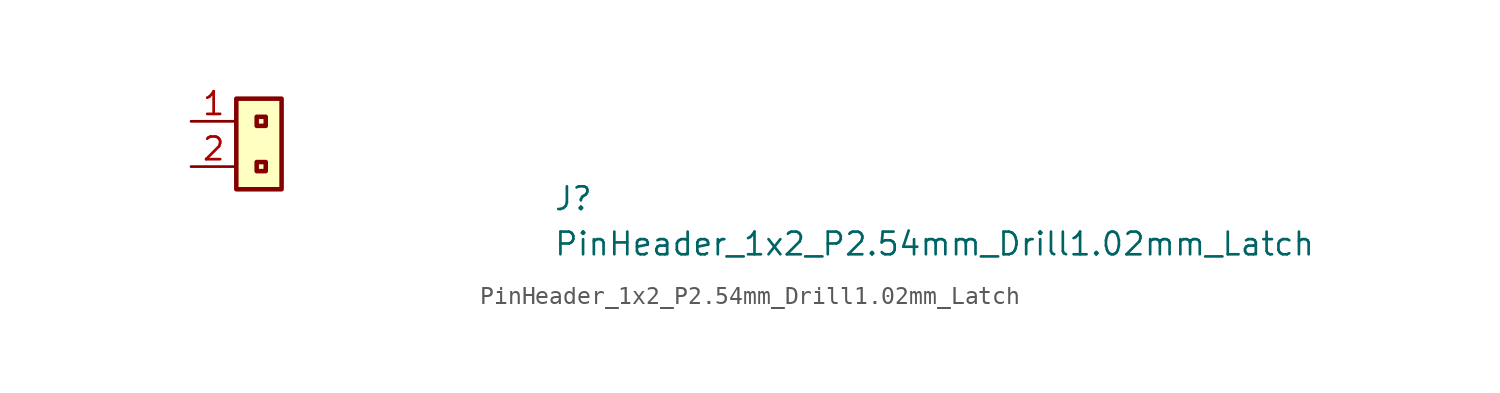
<source format=kicad_sym>
(kicad_symbol_lib
  (version 20211014)
  (generator kicad_symbol_editor)
  (symbol "PinHeader_1x2_P2.54mm_Drill1.02mm_Latch"
    (property "Reference" "J"
      (at 20.32 -5.08 0)
      (effects (font (size 1.27 1.27) (thickness 0.15)) (justify left bottom)))
    (property "Value" "PinHeader_1x2_P2.54mm_Drill1.02mm_Latch"
      (at 20.32 -7.62 0)
      (effects (font (size 1.27 1.27) (thickness 0.15)) (justify left bottom)))
    (symbol "PinHeader_1x2_P2.54mm_Drill1.02mm_Latch_1_1"
      (rectangle (start 4.191 -2.794) (end 3.683 -2.286) (stroke (width 0.254) (type default) (color 0 0 0 0)) (fill (type none)))
      (rectangle (start 4.191 -0.254) (end 3.683 0.254) (stroke (width 0.254) (type default) (color 0 0 0 0)) (fill (type none)))
      (rectangle (start 5.08 -3.81) (end 2.54 1.27) (stroke (width 0.254) (type default) (color 0 0 0 0)) (fill (type background)))
      (pin passive line (at 0 0 0) (length 2.54) (name "~" (effects (font (size 1.27 1.27)))) (number "1" (effects (font (size 1.27 1.27)))))
      (pin passive line (at 0 -2.54 0) (length 2.54) (name "~" (effects (font (size 1.27 1.27)))) (number "2" (effects (font (size 1.27 1.27))))))))
</source>
